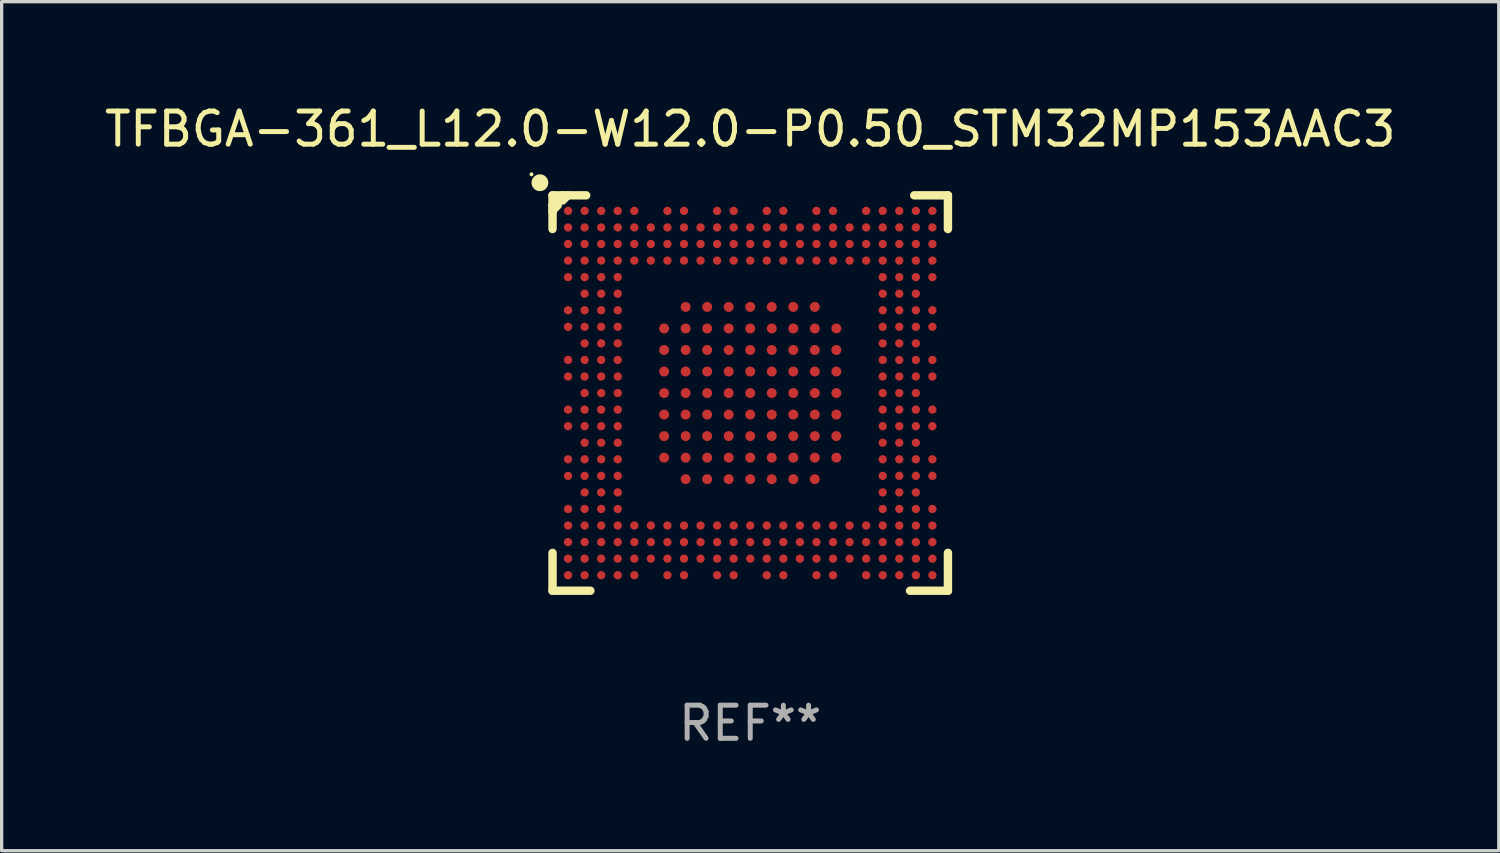
<source format=kicad_pcb>
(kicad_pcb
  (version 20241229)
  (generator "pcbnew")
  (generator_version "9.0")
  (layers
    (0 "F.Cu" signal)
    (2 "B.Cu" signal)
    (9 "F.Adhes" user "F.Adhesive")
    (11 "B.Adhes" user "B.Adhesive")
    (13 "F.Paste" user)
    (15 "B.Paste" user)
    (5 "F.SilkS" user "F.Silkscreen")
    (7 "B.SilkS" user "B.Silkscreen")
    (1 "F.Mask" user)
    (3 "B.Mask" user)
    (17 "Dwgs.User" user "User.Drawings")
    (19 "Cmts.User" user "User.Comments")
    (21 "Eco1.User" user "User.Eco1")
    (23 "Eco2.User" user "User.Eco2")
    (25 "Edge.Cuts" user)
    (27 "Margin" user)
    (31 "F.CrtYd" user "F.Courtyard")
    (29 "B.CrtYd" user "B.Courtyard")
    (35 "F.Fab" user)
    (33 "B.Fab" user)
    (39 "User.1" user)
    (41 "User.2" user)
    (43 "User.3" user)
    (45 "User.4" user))
  (footprint "TFBGA-361_L12.0-W12.0-P0.50_STM32MP153AAC3"
    (layer "F.Cu")
    (at 19.601 8.817)
    (property "Reference" "TFBGA-361_L12.0-W12.0-P0.50_STM32MP153AAC3" (at 0.000025 -7.969 0) (layer "F.SilkS") (effects (font (size 1 1) (thickness 0.15))))
    (attr smd)
    (fp_line (start -5.969 -5.969) (end -4.953 -5.969) (stroke (width 0.254) (type solid)) (layer "F.SilkS"))
    (fp_line (start -5.969 -5.668) (end -5.668 -5.969) (stroke (width 0.254) (type solid)) (layer "F.SilkS"))
    (fp_line (start -5.969 -5.643) (end -5.969 -5.668) (stroke (width 0.254) (type solid)) (layer "F.SilkS"))
    (fp_line (start -5.969 -5.51) (end -5.813 -5.667) (stroke (width 0.254) (type solid)) (layer "F.SilkS"))
    (fp_line (start -5.969 -5.473) (end -5.969 -5.51) (stroke (width 0.254) (type solid)) (layer "F.SilkS"))
    (fp_line (start -5.969 -4.953) (end -5.969 -5.969) (stroke (width 0.254) (type solid)) (layer "F.SilkS"))
    (fp_line (start -5.969 4.826) (end -5.969 5.969) (stroke (width 0.254) (type solid)) (layer "F.SilkS"))
    (fp_line (start -5.969 5.969) (end -4.826 5.969) (stroke (width 0.254) (type solid)) (layer "F.SilkS"))
    (fp_line (start -5.667 -5.813) (end -5.51 -5.969) (stroke (width 0.254) (type solid)) (layer "F.SilkS"))
    (fp_line (start 4.826 5.969) (end 5.969 5.969) (stroke (width 0.254) (type solid)) (layer "F.SilkS"))
    (fp_line (start 4.953 -5.969) (end 5.969 -5.969) (stroke (width 0.254) (type solid)) (layer "F.SilkS"))
    (fp_line (start 5.969 -5.969) (end 5.969 -4.953) (stroke (width 0.254) (type solid)) (layer "F.SilkS"))
    (fp_line (start 5.969 5.969) (end 5.969 4.826) (stroke (width 0.254) (type solid)) (layer "F.SilkS"))
    (fp_circle (center -6.604 -6.604) (end -6.574 -6.604) (stroke (width 0.06) (type solid)) (fill no) (layer "F.SilkS"))
    (fp_circle (center -6.35 -6.35) (end -6.223 -6.35) (stroke (width 0.254) (type solid)) (fill no) (layer "F.SilkS"))
    (fp_text user "REF**" (at 0.000025 9.969 0) (layer "F.Fab") (effects (font (size 1 1) (thickness 0.15))))
    (pad "1A2" smd circle (at -1.95 -2.6) (size 0.3 0.3) (layers "F.Cu" "F.Mask" "F.Paste"))
    (pad "1A3" smd circle (at -1.3 -2.6) (size 0.3 0.3) (layers "F.Cu" "F.Mask" "F.Paste"))
    (pad "1A4" smd circle (at -0.65 -2.6) (size 0.3 0.3) (layers "F.Cu" "F.Mask" "F.Paste"))
    (pad "1A5" smd circle (at 0.000127 -2.6) (size 0.3 0.3) (layers "F.Cu" "F.Mask" "F.Paste"))
    (pad "1A6" smd circle (at 0.65 -2.6) (size 0.3 0.3) (layers "F.Cu" "F.Mask" "F.Paste"))
    (pad "1A7" smd circle (at 1.3 -2.6) (size 0.3 0.3) (layers "F.Cu" "F.Mask" "F.Paste"))
    (pad "1A8" smd circle (at 1.95 -2.6) (size 0.3 0.3) (layers "F.Cu" "F.Mask" "F.Paste"))
    (pad "1B1" smd circle (at -2.6 -1.95) (size 0.3 0.3) (layers "F.Cu" "F.Mask" "F.Paste"))
    (pad "1B2" smd circle (at -1.95 -1.95) (size 0.3 0.3) (layers "F.Cu" "F.Mask" "F.Paste"))
    (pad "1B3" smd circle (at -1.3 -1.95) (size 0.3 0.3) (layers "F.Cu" "F.Mask" "F.Paste"))
    (pad "1B4" smd circle (at -0.65 -1.95) (size 0.3 0.3) (layers "F.Cu" "F.Mask" "F.Paste"))
    (pad "1B5" smd circle (at 0.000127 -1.95) (size 0.3 0.3) (layers "F.Cu" "F.Mask" "F.Paste"))
    (pad "1B6" smd circle (at 0.65 -1.95) (size 0.3 0.3) (layers "F.Cu" "F.Mask" "F.Paste"))
    (pad "1B7" smd circle (at 1.3 -1.95) (size 0.3 0.3) (layers "F.Cu" "F.Mask" "F.Paste"))
    (pad "1B8" smd circle (at 1.95 -1.95) (size 0.3 0.3) (layers "F.Cu" "F.Mask" "F.Paste"))
    (pad "1B9" smd circle (at 2.6 -1.95) (size 0.3 0.3) (layers "F.Cu" "F.Mask" "F.Paste"))
    (pad "1C1" smd circle (at -2.6 -1.3) (size 0.3 0.3) (layers "F.Cu" "F.Mask" "F.Paste"))
    (pad "1C2" smd circle (at -1.95 -1.3) (size 0.3 0.3) (layers "F.Cu" "F.Mask" "F.Paste"))
    (pad "1C3" smd circle (at -1.3 -1.3) (size 0.3 0.3) (layers "F.Cu" "F.Mask" "F.Paste"))
    (pad "1C4" smd circle (at -0.65 -1.3) (size 0.3 0.3) (layers "F.Cu" "F.Mask" "F.Paste"))
    (pad "1C5" smd circle (at 0.000127 -1.3) (size 0.3 0.3) (layers "F.Cu" "F.Mask" "F.Paste"))
    (pad "1C6" smd circle (at 0.65 -1.3) (size 0.3 0.3) (layers "F.Cu" "F.Mask" "F.Paste"))
    (pad "1C7" smd circle (at 1.3 -1.3) (size 0.3 0.3) (layers "F.Cu" "F.Mask" "F.Paste"))
    (pad "1C8" smd circle (at 1.95 -1.3) (size 0.3 0.3) (layers "F.Cu" "F.Mask" "F.Paste"))
    (pad "1C9" smd circle (at 2.6 -1.3) (size 0.3 0.3) (layers "F.Cu" "F.Mask" "F.Paste"))
    (pad "1D1" smd circle (at -2.6 -0.65) (size 0.3 0.3) (layers "F.Cu" "F.Mask" "F.Paste"))
    (pad "1D2" smd circle (at -1.95 -0.65) (size 0.3 0.3) (layers "F.Cu" "F.Mask" "F.Paste"))
    (pad "1D3" smd circle (at -1.3 -0.65) (size 0.3 0.3) (layers "F.Cu" "F.Mask" "F.Paste"))
    (pad "1D4" smd circle (at -0.65 -0.65) (size 0.3 0.3) (layers "F.Cu" "F.Mask" "F.Paste"))
    (pad "1D5" smd circle (at 0.000127 -0.65) (size 0.3 0.3) (layers "F.Cu" "F.Mask" "F.Paste"))
    (pad "1D6" smd circle (at 0.65 -0.65) (size 0.3 0.3) (layers "F.Cu" "F.Mask" "F.Paste"))
    (pad "1D7" smd circle (at 1.3 -0.65) (size 0.3 0.3) (layers "F.Cu" "F.Mask" "F.Paste"))
    (pad "1D8" smd circle (at 1.95 -0.65) (size 0.3 0.3) (layers "F.Cu" "F.Mask" "F.Paste"))
    (pad "1D9" smd circle (at 2.6 -0.65) (size 0.3 0.3) (layers "F.Cu" "F.Mask" "F.Paste"))
    (pad "1E1" smd circle (at -2.6 0.000127) (size 0.3 0.3) (layers "F.Cu" "F.Mask" "F.Paste"))
    (pad "1E2" smd circle (at -1.95 0.000127) (size 0.3 0.3) (layers "F.Cu" "F.Mask" "F.Paste"))
    (pad "1E3" smd circle (at -1.3 0.000127) (size 0.3 0.3) (layers "F.Cu" "F.Mask" "F.Paste"))
    (pad "1E4" smd circle (at -0.65 0.000127) (size 0.3 0.3) (layers "F.Cu" "F.Mask" "F.Paste"))
    (pad "1E5" smd circle (at 0.000127 0.000127) (size 0.3 0.3) (layers "F.Cu" "F.Mask" "F.Paste"))
    (pad "1E6" smd circle (at 0.65 0.000127) (size 0.3 0.3) (layers "F.Cu" "F.Mask" "F.Paste"))
    (pad "1E7" smd circle (at 1.3 0.000127) (size 0.3 0.3) (layers "F.Cu" "F.Mask" "F.Paste"))
    (pad "1E8" smd circle (at 1.95 0.000127) (size 0.3 0.3) (layers "F.Cu" "F.Mask" "F.Paste"))
    (pad "1E9" smd circle (at 2.6 0.000127) (size 0.3 0.3) (layers "F.Cu" "F.Mask" "F.Paste"))
    (pad "1F1" smd circle (at -2.6 0.65) (size 0.3 0.3) (layers "F.Cu" "F.Mask" "F.Paste"))
    (pad "1F2" smd circle (at -1.95 0.65) (size 0.3 0.3) (layers "F.Cu" "F.Mask" "F.Paste"))
    (pad "1F3" smd circle (at -1.3 0.65) (size 0.3 0.3) (layers "F.Cu" "F.Mask" "F.Paste"))
    (pad "1F4" smd circle (at -0.65 0.65) (size 0.3 0.3) (layers "F.Cu" "F.Mask" "F.Paste"))
    (pad "1F5" smd circle (at 0.000127 0.65) (size 0.3 0.3) (layers "F.Cu" "F.Mask" "F.Paste"))
    (pad "1F6" smd circle (at 0.65 0.65) (size 0.3 0.3) (layers "F.Cu" "F.Mask" "F.Paste"))
    (pad "1F7" smd circle (at 1.3 0.65) (size 0.3 0.3) (layers "F.Cu" "F.Mask" "F.Paste"))
    (pad "1F8" smd circle (at 1.95 0.65) (size 0.3 0.3) (layers "F.Cu" "F.Mask" "F.Paste"))
    (pad "1F9" smd circle (at 2.6 0.65) (size 0.3 0.3) (layers "F.Cu" "F.Mask" "F.Paste"))
    (pad "1G1" smd circle (at -2.6 1.3) (size 0.3 0.3) (layers "F.Cu" "F.Mask" "F.Paste"))
    (pad "1G2" smd circle (at -1.95 1.3) (size 0.3 0.3) (layers "F.Cu" "F.Mask" "F.Paste"))
    (pad "1G3" smd circle (at -1.3 1.3) (size 0.3 0.3) (layers "F.Cu" "F.Mask" "F.Paste"))
    (pad "1G4" smd circle (at -0.65 1.3) (size 0.3 0.3) (layers "F.Cu" "F.Mask" "F.Paste"))
    (pad "1G5" smd circle (at 0.000127 1.3) (size 0.3 0.3) (layers "F.Cu" "F.Mask" "F.Paste"))
    (pad "1G6" smd circle (at 0.65 1.3) (size 0.3 0.3) (layers "F.Cu" "F.Mask" "F.Paste"))
    (pad "1G7" smd circle (at 1.3 1.3) (size 0.3 0.3) (layers "F.Cu" "F.Mask" "F.Paste"))
    (pad "1G8" smd circle (at 1.95 1.3) (size 0.3 0.3) (layers "F.Cu" "F.Mask" "F.Paste"))
    (pad "1G9" smd circle (at 2.6 1.3) (size 0.3 0.3) (layers "F.Cu" "F.Mask" "F.Paste"))
    (pad "1H1" smd circle (at -2.6 1.95) (size 0.3 0.3) (layers "F.Cu" "F.Mask" "F.Paste"))
    (pad "1H2" smd circle (at -1.95 1.95) (size 0.3 0.3) (layers "F.Cu" "F.Mask" "F.Paste"))
    (pad "1H3" smd circle (at -1.3 1.95) (size 0.3 0.3) (layers "F.Cu" "F.Mask" "F.Paste"))
    (pad "1H4" smd circle (at -0.65 1.95) (size 0.3 0.3) (layers "F.Cu" "F.Mask" "F.Paste"))
    (pad "1H5" smd circle (at 0.000127 1.95) (size 0.3 0.3) (layers "F.Cu" "F.Mask" "F.Paste"))
    (pad "1H6" smd circle (at 0.65 1.95) (size 0.3 0.3) (layers "F.Cu" "F.Mask" "F.Paste"))
    (pad "1H7" smd circle (at 1.3 1.95) (size 0.3 0.3) (layers "F.Cu" "F.Mask" "F.Paste"))
    (pad "1H8" smd circle (at 1.95 1.95) (size 0.3 0.3) (layers "F.Cu" "F.Mask" "F.Paste"))
    (pad "1H9" smd circle (at 2.6 1.95) (size 0.3 0.3) (layers "F.Cu" "F.Mask" "F.Paste"))
    (pad "1J2" smd circle (at -1.95 2.6) (size 0.3 0.3) (layers "F.Cu" "F.Mask" "F.Paste"))
    (pad "1J3" smd circle (at -1.3 2.6) (size 0.3 0.3) (layers "F.Cu" "F.Mask" "F.Paste"))
    (pad "1J4" smd circle (at -0.65 2.6) (size 0.3 0.3) (layers "F.Cu" "F.Mask" "F.Paste"))
    (pad "1J5" smd circle (at 0.000127 2.6) (size 0.3 0.3) (layers "F.Cu" "F.Mask" "F.Paste"))
    (pad "1J6" smd circle (at 0.65 2.6) (size 0.3 0.3) (layers "F.Cu" "F.Mask" "F.Paste"))
    (pad "1J7" smd circle (at 1.3 2.6) (size 0.3 0.3) (layers "F.Cu" "F.Mask" "F.Paste"))
    (pad "1J8" smd circle (at 1.95 2.6) (size 0.3 0.3) (layers "F.Cu" "F.Mask" "F.Paste"))
    (pad "A1" smd circle (at -5.5 -5.5) (size 0.25 0.25) (layers "F.Cu" "F.Mask" "F.Paste"))
    (pad "A2" smd circle (at -5 -5.5) (size 0.25 0.25) (layers "F.Cu" "F.Mask" "F.Paste"))
    (pad "A3" smd circle (at -4.5 -5.5) (size 0.25 0.25) (layers "F.Cu" "F.Mask" "F.Paste"))
    (pad "A4" smd circle (at -4 -5.5) (size 0.25 0.25) (layers "F.Cu" "F.Mask" "F.Paste"))
    (pad "A5" smd circle (at -3.5 -5.5) (size 0.25 0.25) (layers "F.Cu" "F.Mask" "F.Paste"))
    (pad "A7" smd circle (at -2.5 -5.5) (size 0.25 0.25) (layers "F.Cu" "F.Mask" "F.Paste"))
    (pad "A8" smd circle (at -2 -5.5) (size 0.25 0.25) (layers "F.Cu" "F.Mask" "F.Paste"))
    (pad "A10" smd circle (at -1 -5.5) (size 0.25 0.25) (layers "F.Cu" "F.Mask" "F.Paste"))
    (pad "A11" smd circle (at -0.5 -5.5) (size 0.25 0.25) (layers "F.Cu" "F.Mask" "F.Paste"))
    (pad "A13" smd circle (at 0.5 -5.5) (size 0.25 0.25) (layers "F.Cu" "F.Mask" "F.Paste"))
    (pad "A14" smd circle (at 1 -5.5) (size 0.25 0.25) (layers "F.Cu" "F.Mask" "F.Paste"))
    (pad "A16" smd circle (at 2 -5.5) (size 0.25 0.25) (layers "F.Cu" "F.Mask" "F.Paste"))
    (pad "A17" smd circle (at 2.5 -5.5) (size 0.25 0.25) (layers "F.Cu" "F.Mask" "F.Paste"))
    (pad "A19" smd circle (at 3.5 -5.5) (size 0.25 0.25) (layers "F.Cu" "F.Mask" "F.Paste"))
    (pad "A20" smd circle (at 4 -5.5) (size 0.25 0.25) (layers "F.Cu" "F.Mask" "F.Paste"))
    (pad "A21" smd circle (at 4.5 -5.5) (size 0.25 0.25) (layers "F.Cu" "F.Mask" "F.Paste"))
    (pad "A22" smd circle (at 5 -5.5) (size 0.25 0.25) (layers "F.Cu" "F.Mask" "F.Paste"))
    (pad "A23" smd circle (at 5.5 -5.5) (size 0.25 0.25) (layers "F.Cu" "F.Mask" "F.Paste"))
    (pad "AA1" smd circle (at -5.5 4.5) (size 0.25 0.25) (layers "F.Cu" "F.Mask" "F.Paste"))
    (pad "AA2" smd circle (at -5 4.5) (size 0.25 0.25) (layers "F.Cu" "F.Mask" "F.Paste"))
    (pad "AA3" smd circle (at -4.5 4.5) (size 0.25 0.25) (layers "F.Cu" "F.Mask" "F.Paste"))
    (pad "AA4" smd circle (at -4 4.5) (size 0.25 0.25) (layers "F.Cu" "F.Mask" "F.Paste"))
    (pad "AA5" smd circle (at -3.5 4.5) (size 0.25 0.25) (layers "F.Cu" "F.Mask" "F.Paste"))
    (pad "AA6" smd circle (at -3 4.5) (size 0.25 0.25) (layers "F.Cu" "F.Mask" "F.Paste"))
    (pad "AA7" smd circle (at -2.5 4.5) (size 0.25 0.25) (layers "F.Cu" "F.Mask" "F.Paste"))
    (pad "AA8" smd circle (at -2 4.5) (size 0.25 0.25) (layers "F.Cu" "F.Mask" "F.Paste"))
    (pad "AA9" smd circle (at -1.5 4.5) (size 0.25 0.25) (layers "F.Cu" "F.Mask" "F.Paste"))
    (pad "AA10" smd circle (at -1 4.5) (size 0.25 0.25) (layers "F.Cu" "F.Mask" "F.Paste"))
    (pad "AA11" smd circle (at -0.5 4.5) (size 0.25 0.25) (layers "F.Cu" "F.Mask" "F.Paste"))
    (pad "AA12" smd circle (at 0.000127 4.5) (size 0.25 0.25) (layers "F.Cu" "F.Mask" "F.Paste"))
    (pad "AA13" smd circle (at 0.5 4.5) (size 0.25 0.25) (layers "F.Cu" "F.Mask" "F.Paste"))
    (pad "AA14" smd circle (at 1 4.5) (size 0.25 0.25) (layers "F.Cu" "F.Mask" "F.Paste"))
    (pad "AA15" smd circle (at 1.5 4.5) (size 0.25 0.25) (layers "F.Cu" "F.Mask" "F.Paste"))
    (pad "AA16" smd circle (at 2 4.5) (size 0.25 0.25) (layers "F.Cu" "F.Mask" "F.Paste"))
    (pad "AA17" smd circle (at 2.5 4.5) (size 0.25 0.25) (layers "F.Cu" "F.Mask" "F.Paste"))
    (pad "AA18" smd circle (at 3 4.5) (size 0.25 0.25) (layers "F.Cu" "F.Mask" "F.Paste"))
    (pad "AA19" smd circle (at 3.5 4.5) (size 0.25 0.25) (layers "F.Cu" "F.Mask" "F.Paste"))
    (pad "AA20" smd circle (at 4 4.5) (size 0.25 0.25) (layers "F.Cu" "F.Mask" "F.Paste"))
    (pad "AA21" smd circle (at 4.5 4.5) (size 0.25 0.25) (layers "F.Cu" "F.Mask" "F.Paste"))
    (pad "AA22" smd circle (at 5 4.5) (size 0.25 0.25) (layers "F.Cu" "F.Mask" "F.Paste"))
    (pad "AA23" smd circle (at 5.5 4.5) (size 0.25 0.25) (layers "F.Cu" "F.Mask" "F.Paste"))
    (pad "AB1" smd circle (at -5.5 5) (size 0.25 0.25) (layers "F.Cu" "F.Mask" "F.Paste"))
    (pad "AB2" smd circle (at -5 5) (size 0.25 0.25) (layers "F.Cu" "F.Mask" "F.Paste"))
    (pad "AB3" smd circle (at -4.5 5) (size 0.25 0.25) (layers "F.Cu" "F.Mask" "F.Paste"))
    (pad "AB4" smd circle (at -4 5) (size 0.25 0.25) (layers "F.Cu" "F.Mask" "F.Paste"))
    (pad "AB5" smd circle (at -3.5 5) (size 0.25 0.25) (layers "F.Cu" "F.Mask" "F.Paste"))
    (pad "AB6" smd circle (at -3 5) (size 0.25 0.25) (layers "F.Cu" "F.Mask" "F.Paste"))
    (pad "AB7" smd circle (at -2.5 5) (size 0.25 0.25) (layers "F.Cu" "F.Mask" "F.Paste"))
    (pad "AB8" smd circle (at -2 5) (size 0.25 0.25) (layers "F.Cu" "F.Mask" "F.Paste"))
    (pad "AB9" smd circle (at -1.5 5) (size 0.25 0.25) (layers "F.Cu" "F.Mask" "F.Paste"))
    (pad "AB10" smd circle (at -1 5) (size 0.25 0.25) (layers "F.Cu" "F.Mask" "F.Paste"))
    (pad "AB11" smd circle (at -0.5 5) (size 0.25 0.25) (layers "F.Cu" "F.Mask" "F.Paste"))
    (pad "AB12" smd circle (at 0.000127 5) (size 0.25 0.25) (layers "F.Cu" "F.Mask" "F.Paste"))
    (pad "AB13" smd circle (at 0.5 5) (size 0.25 0.25) (layers "F.Cu" "F.Mask" "F.Paste"))
    (pad "AB14" smd circle (at 1 5) (size 0.25 0.25) (layers "F.Cu" "F.Mask" "F.Paste"))
    (pad "AB15" smd circle (at 1.5 5) (size 0.25 0.25) (layers "F.Cu" "F.Mask" "F.Paste"))
    (pad "AB16" smd circle (at 2 5) (size 0.25 0.25) (layers "F.Cu" "F.Mask" "F.Paste"))
    (pad "AB17" smd circle (at 2.5 5) (size 0.25 0.25) (layers "F.Cu" "F.Mask" "F.Paste"))
    (pad "AB18" smd circle (at 3 5) (size 0.25 0.25) (layers "F.Cu" "F.Mask" "F.Paste"))
    (pad "AB19" smd circle (at 3.5 5) (size 0.25 0.25) (layers "F.Cu" "F.Mask" "F.Paste"))
    (pad "AB20" smd circle (at 4 5) (size 0.25 0.25) (layers "F.Cu" "F.Mask" "F.Paste"))
    (pad "AB21" smd circle (at 4.5 5) (size 0.25 0.25) (layers "F.Cu" "F.Mask" "F.Paste"))
    (pad "AB22" smd circle (at 5 5) (size 0.25 0.25) (layers "F.Cu" "F.Mask" "F.Paste"))
    (pad "AB23" smd circle (at 5.5 5) (size 0.25 0.25) (layers "F.Cu" "F.Mask" "F.Paste"))
    (pad "AC1" smd circle (at -5.5 5.5) (size 0.25 0.25) (layers "F.Cu" "F.Mask" "F.Paste"))
    (pad "AC2" smd circle (at -5 5.5) (size 0.25 0.25) (layers "F.Cu" "F.Mask" "F.Paste"))
    (pad "AC3" smd circle (at -4.5 5.5) (size 0.25 0.25) (layers "F.Cu" "F.Mask" "F.Paste"))
    (pad "AC4" smd circle (at -4 5.5) (size 0.25 0.25) (layers "F.Cu" "F.Mask" "F.Paste"))
    (pad "AC5" smd circle (at -3.5 5.5) (size 0.25 0.25) (layers "F.Cu" "F.Mask" "F.Paste"))
    (pad "AC7" smd circle (at -2.5 5.5) (size 0.25 0.25) (layers "F.Cu" "F.Mask" "F.Paste"))
    (pad "AC8" smd circle (at -2 5.5) (size 0.25 0.25) (layers "F.Cu" "F.Mask" "F.Paste"))
    (pad "AC10" smd circle (at -1 5.5) (size 0.25 0.25) (layers "F.Cu" "F.Mask" "F.Paste"))
    (pad "AC11" smd circle (at -0.5 5.5) (size 0.25 0.25) (layers "F.Cu" "F.Mask" "F.Paste"))
    (pad "AC13" smd circle (at 0.5 5.5) (size 0.25 0.25) (layers "F.Cu" "F.Mask" "F.Paste"))
    (pad "AC14" smd circle (at 1 5.5) (size 0.25 0.25) (layers "F.Cu" "F.Mask" "F.Paste"))
    (pad "AC16" smd circle (at 2 5.5) (size 0.25 0.25) (layers "F.Cu" "F.Mask" "F.Paste"))
    (pad "AC17" smd circle (at 2.5 5.5) (size 0.25 0.25) (layers "F.Cu" "F.Mask" "F.Paste"))
    (pad "AC19" smd circle (at 3.5 5.5) (size 0.25 0.25) (layers "F.Cu" "F.Mask" "F.Paste"))
    (pad "AC20" smd circle (at 4 5.5) (size 0.25 0.25) (layers "F.Cu" "F.Mask" "F.Paste"))
    (pad "AC21" smd circle (at 4.5 5.5) (size 0.25 0.25) (layers "F.Cu" "F.Mask" "F.Paste"))
    (pad "AC22" smd circle (at 5 5.5) (size 0.25 0.25) (layers "F.Cu" "F.Mask" "F.Paste"))
    (pad "AC23" smd circle (at 5.5 5.5) (size 0.25 0.25) (layers "F.Cu" "F.Mask" "F.Paste"))
    (pad "B1" smd circle (at -5.5 -5) (size 0.25 0.25) (layers "F.Cu" "F.Mask" "F.Paste"))
    (pad "B2" smd circle (at -5 -5) (size 0.25 0.25) (layers "F.Cu" "F.Mask" "F.Paste"))
    (pad "B3" smd circle (at -4.5 -5) (size 0.25 0.25) (layers "F.Cu" "F.Mask" "F.Paste"))
    (pad "B4" smd circle (at -4 -5) (size 0.25 0.25) (layers "F.Cu" "F.Mask" "F.Paste"))
    (pad "B5" smd circle (at -3.5 -5) (size 0.25 0.25) (layers "F.Cu" "F.Mask" "F.Paste"))
    (pad "B6" smd circle (at -3 -5) (size 0.25 0.25) (layers "F.Cu" "F.Mask" "F.Paste"))
    (pad "B7" smd circle (at -2.5 -5) (size 0.25 0.25) (layers "F.Cu" "F.Mask" "F.Paste"))
    (pad "B8" smd circle (at -2 -5) (size 0.25 0.25) (layers "F.Cu" "F.Mask" "F.Paste"))
    (pad "B9" smd circle (at -1.5 -5) (size 0.25 0.25) (layers "F.Cu" "F.Mask" "F.Paste"))
    (pad "B10" smd circle (at -1 -5) (size 0.25 0.25) (layers "F.Cu" "F.Mask" "F.Paste"))
    (pad "B11" smd circle (at -0.5 -5) (size 0.25 0.25) (layers "F.Cu" "F.Mask" "F.Paste"))
    (pad "B12" smd circle (at 0.000127 -5) (size 0.25 0.25) (layers "F.Cu" "F.Mask" "F.Paste"))
    (pad "B13" smd circle (at 0.5 -5) (size 0.25 0.25) (layers "F.Cu" "F.Mask" "F.Paste"))
    (pad "B14" smd circle (at 1 -5) (size 0.25 0.25) (layers "F.Cu" "F.Mask" "F.Paste"))
    (pad "B15" smd circle (at 1.5 -5) (size 0.25 0.25) (layers "F.Cu" "F.Mask" "F.Paste"))
    (pad "B16" smd circle (at 2 -5) (size 0.25 0.25) (layers "F.Cu" "F.Mask" "F.Paste"))
    (pad "B17" smd circle (at 2.5 -5) (size 0.25 0.25) (layers "F.Cu" "F.Mask" "F.Paste"))
    (pad "B18" smd circle (at 3 -5) (size 0.25 0.25) (layers "F.Cu" "F.Mask" "F.Paste"))
    (pad "B19" smd circle (at 3.5 -5) (size 0.25 0.25) (layers "F.Cu" "F.Mask" "F.Paste"))
    (pad "B20" smd circle (at 4 -5) (size 0.25 0.25) (layers "F.Cu" "F.Mask" "F.Paste"))
    (pad "B21" smd circle (at 4.5 -5) (size 0.25 0.25) (layers "F.Cu" "F.Mask" "F.Paste"))
    (pad "B22" smd circle (at 5 -5) (size 0.25 0.25) (layers "F.Cu" "F.Mask" "F.Paste"))
    (pad "B23" smd circle (at 5.5 -5) (size 0.25 0.25) (layers "F.Cu" "F.Mask" "F.Paste"))
    (pad "C1" smd circle (at -5.5 -4.5) (size 0.25 0.25) (layers "F.Cu" "F.Mask" "F.Paste"))
    (pad "C2" smd circle (at -5 -4.5) (size 0.25 0.25) (layers "F.Cu" "F.Mask" "F.Paste"))
    (pad "C3" smd circle (at -4.5 -4.5) (size 0.25 0.25) (layers "F.Cu" "F.Mask" "F.Paste"))
    (pad "C4" smd circle (at -4 -4.5) (size 0.25 0.25) (layers "F.Cu" "F.Mask" "F.Paste"))
    (pad "C5" smd circle (at -3.5 -4.5) (size 0.25 0.25) (layers "F.Cu" "F.Mask" "F.Paste"))
    (pad "C6" smd circle (at -3 -4.5) (size 0.25 0.25) (layers "F.Cu" "F.Mask" "F.Paste"))
    (pad "C7" smd circle (at -2.5 -4.5) (size 0.25 0.25) (layers "F.Cu" "F.Mask" "F.Paste"))
    (pad "C8" smd circle (at -2 -4.5) (size 0.25 0.25) (layers "F.Cu" "F.Mask" "F.Paste"))
    (pad "C9" smd circle (at -1.5 -4.5) (size 0.25 0.25) (layers "F.Cu" "F.Mask" "F.Paste"))
    (pad "C10" smd circle (at -1 -4.5) (size 0.25 0.25) (layers "F.Cu" "F.Mask" "F.Paste"))
    (pad "C11" smd circle (at -0.5 -4.5) (size 0.25 0.25) (layers "F.Cu" "F.Mask" "F.Paste"))
    (pad "C12" smd circle (at 0.000127 -4.5) (size 0.25 0.25) (layers "F.Cu" "F.Mask" "F.Paste"))
    (pad "C13" smd circle (at 0.5 -4.5) (size 0.25 0.25) (layers "F.Cu" "F.Mask" "F.Paste"))
    (pad "C14" smd circle (at 1 -4.5) (size 0.25 0.25) (layers "F.Cu" "F.Mask" "F.Paste"))
    (pad "C15" smd circle (at 1.5 -4.5) (size 0.25 0.25) (layers "F.Cu" "F.Mask" "F.Paste"))
    (pad "C16" smd circle (at 2 -4.5) (size 0.25 0.25) (layers "F.Cu" "F.Mask" "F.Paste"))
    (pad "C17" smd circle (at 2.5 -4.5) (size 0.25 0.25) (layers "F.Cu" "F.Mask" "F.Paste"))
    (pad "C18" smd circle (at 3 -4.5) (size 0.25 0.25) (layers "F.Cu" "F.Mask" "F.Paste"))
    (pad "C19" smd circle (at 3.5 -4.5) (size 0.25 0.25) (layers "F.Cu" "F.Mask" "F.Paste"))
    (pad "C20" smd circle (at 4 -4.5) (size 0.25 0.25) (layers "F.Cu" "F.Mask" "F.Paste"))
    (pad "C21" smd circle (at 4.5 -4.5) (size 0.25 0.25) (layers "F.Cu" "F.Mask" "F.Paste"))
    (pad "C22" smd circle (at 5 -4.5) (size 0.25 0.25) (layers "F.Cu" "F.Mask" "F.Paste"))
    (pad "C23" smd circle (at 5.5 -4.5) (size 0.25 0.25) (layers "F.Cu" "F.Mask" "F.Paste"))
    (pad "D1" smd circle (at -5.5 -4) (size 0.25 0.25) (layers "F.Cu" "F.Mask" "F.Paste"))
    (pad "D2" smd circle (at -5 -4) (size 0.25 0.25) (layers "F.Cu" "F.Mask" "F.Paste"))
    (pad "D3" smd circle (at -4.5 -4) (size 0.25 0.25) (layers "F.Cu" "F.Mask" "F.Paste"))
    (pad "D4" smd circle (at -4 -4) (size 0.25 0.25) (layers "F.Cu" "F.Mask" "F.Paste"))
    (pad "D5" smd circle (at -3.5 -4) (size 0.25 0.25) (layers "F.Cu" "F.Mask" "F.Paste"))
    (pad "D6" smd circle (at -3 -4) (size 0.25 0.25) (layers "F.Cu" "F.Mask" "F.Paste"))
    (pad "D7" smd circle (at -2.5 -4) (size 0.25 0.25) (layers "F.Cu" "F.Mask" "F.Paste"))
    (pad "D8" smd circle (at -2 -4) (size 0.25 0.25) (layers "F.Cu" "F.Mask" "F.Paste"))
    (pad "D9" smd circle (at -1.5 -4) (size 0.25 0.25) (layers "F.Cu" "F.Mask" "F.Paste"))
    (pad "D10" smd circle (at -1 -4) (size 0.25 0.25) (layers "F.Cu" "F.Mask" "F.Paste"))
    (pad "D11" smd circle (at -0.5 -4) (size 0.25 0.25) (layers "F.Cu" "F.Mask" "F.Paste"))
    (pad "D12" smd circle (at 0.000127 -4) (size 0.25 0.25) (layers "F.Cu" "F.Mask" "F.Paste"))
    (pad "D13" smd circle (at 0.5 -4) (size 0.25 0.25) (layers "F.Cu" "F.Mask" "F.Paste"))
    (pad "D14" smd circle (at 1 -4) (size 0.25 0.25) (layers "F.Cu" "F.Mask" "F.Paste"))
    (pad "D15" smd circle (at 1.5 -4) (size 0.25 0.25) (layers "F.Cu" "F.Mask" "F.Paste"))
    (pad "D16" smd circle (at 2 -4) (size 0.25 0.25) (layers "F.Cu" "F.Mask" "F.Paste"))
    (pad "D17" smd circle (at 2.5 -4) (size 0.25 0.25) (layers "F.Cu" "F.Mask" "F.Paste"))
    (pad "D18" smd circle (at 3 -4) (size 0.25 0.25) (layers "F.Cu" "F.Mask" "F.Paste"))
    (pad "D19" smd circle (at 3.5 -4) (size 0.25 0.25) (layers "F.Cu" "F.Mask" "F.Paste"))
    (pad "D20" smd circle (at 4 -4) (size 0.25 0.25) (layers "F.Cu" "F.Mask" "F.Paste"))
    (pad "D21" smd circle (at 4.5 -4) (size 0.25 0.25) (layers "F.Cu" "F.Mask" "F.Paste"))
    (pad "D22" smd circle (at 5 -4) (size 0.25 0.25) (layers "F.Cu" "F.Mask" "F.Paste"))
    (pad "D23" smd circle (at 5.5 -4) (size 0.25 0.25) (layers "F.Cu" "F.Mask" "F.Paste"))
    (pad "E1" smd circle (at -5.5 -3.5) (size 0.25 0.25) (layers "F.Cu" "F.Mask" "F.Paste"))
    (pad "E2" smd circle (at -5 -3.5) (size 0.25 0.25) (layers "F.Cu" "F.Mask" "F.Paste"))
    (pad "E3" smd circle (at -4.5 -3.5) (size 0.25 0.25) (layers "F.Cu" "F.Mask" "F.Paste"))
    (pad "E4" smd circle (at -4 -3.5) (size 0.25 0.25) (layers "F.Cu" "F.Mask" "F.Paste"))
    (pad "E20" smd circle (at 4 -3.5) (size 0.25 0.25) (layers "F.Cu" "F.Mask" "F.Paste"))
    (pad "E21" smd circle (at 4.5 -3.5) (size 0.25 0.25) (layers "F.Cu" "F.Mask" "F.Paste"))
    (pad "E22" smd circle (at 5 -3.5) (size 0.25 0.25) (layers "F.Cu" "F.Mask" "F.Paste"))
    (pad "E23" smd circle (at 5.5 -3.5) (size 0.25 0.25) (layers "F.Cu" "F.Mask" "F.Paste"))
    (pad "F2" smd circle (at -5 -3) (size 0.25 0.25) (layers "F.Cu" "F.Mask" "F.Paste"))
    (pad "F3" smd circle (at -4.5 -3) (size 0.25 0.25) (layers "F.Cu" "F.Mask" "F.Paste"))
    (pad "F4" smd circle (at -4 -3) (size 0.25 0.25) (layers "F.Cu" "F.Mask" "F.Paste"))
    (pad "F20" smd circle (at 4 -3) (size 0.25 0.25) (layers "F.Cu" "F.Mask" "F.Paste"))
    (pad "F21" smd circle (at 4.5 -3) (size 0.25 0.25) (layers "F.Cu" "F.Mask" "F.Paste"))
    (pad "F22" smd circle (at 5 -3) (size 0.25 0.25) (layers "F.Cu" "F.Mask" "F.Paste"))
    (pad "G1" smd circle (at -5.5 -2.5) (size 0.25 0.25) (layers "F.Cu" "F.Mask" "F.Paste"))
    (pad "G2" smd circle (at -5 -2.5) (size 0.25 0.25) (layers "F.Cu" "F.Mask" "F.Paste"))
    (pad "G3" smd circle (at -4.5 -2.5) (size 0.25 0.25) (layers "F.Cu" "F.Mask" "F.Paste"))
    (pad "G4" smd circle (at -4 -2.5) (size 0.25 0.25) (layers "F.Cu" "F.Mask" "F.Paste"))
    (pad "G20" smd circle (at 4 -2.5) (size 0.25 0.25) (layers "F.Cu" "F.Mask" "F.Paste"))
    (pad "G21" smd circle (at 4.5 -2.5) (size 0.25 0.25) (layers "F.Cu" "F.Mask" "F.Paste"))
    (pad "G22" smd circle (at 5 -2.5) (size 0.25 0.25) (layers "F.Cu" "F.Mask" "F.Paste"))
    (pad "G23" smd circle (at 5.5 -2.5) (size 0.25 0.25) (layers "F.Cu" "F.Mask" "F.Paste"))
    (pad "H1" smd circle (at -5.5 -2) (size 0.25 0.25) (layers "F.Cu" "F.Mask" "F.Paste"))
    (pad "H2" smd circle (at -5 -2) (size 0.25 0.25) (layers "F.Cu" "F.Mask" "F.Paste"))
    (pad "H3" smd circle (at -4.5 -2) (size 0.25 0.25) (layers "F.Cu" "F.Mask" "F.Paste"))
    (pad "H4" smd circle (at -4 -2) (size 0.25 0.25) (layers "F.Cu" "F.Mask" "F.Paste"))
    (pad "H20" smd circle (at 4 -2) (size 0.25 0.25) (layers "F.Cu" "F.Mask" "F.Paste"))
    (pad "H21" smd circle (at 4.5 -2) (size 0.25 0.25) (layers "F.Cu" "F.Mask" "F.Paste"))
    (pad "H22" smd circle (at 5 -2) (size 0.25 0.25) (layers "F.Cu" "F.Mask" "F.Paste"))
    (pad "H23" smd circle (at 5.5 -2) (size 0.25 0.25) (layers "F.Cu" "F.Mask" "F.Paste"))
    (pad "J2" smd circle (at -5 -1.5) (size 0.25 0.25) (layers "F.Cu" "F.Mask" "F.Paste"))
    (pad "J3" smd circle (at -4.5 -1.5) (size 0.25 0.25) (layers "F.Cu" "F.Mask" "F.Paste"))
    (pad "J4" smd circle (at -4 -1.5) (size 0.25 0.25) (layers "F.Cu" "F.Mask" "F.Paste"))
    (pad "J20" smd circle (at 4 -1.5) (size 0.25 0.25) (layers "F.Cu" "F.Mask" "F.Paste"))
    (pad "J21" smd circle (at 4.5 -1.5) (size 0.25 0.25) (layers "F.Cu" "F.Mask" "F.Paste"))
    (pad "J22" smd circle (at 5 -1.5) (size 0.25 0.25) (layers "F.Cu" "F.Mask" "F.Paste"))
    (pad "K1" smd circle (at -5.5 -1) (size 0.25 0.25) (layers "F.Cu" "F.Mask" "F.Paste"))
    (pad "K2" smd circle (at -5 -1) (size 0.25 0.25) (layers "F.Cu" "F.Mask" "F.Paste"))
    (pad "K3" smd circle (at -4.5 -1) (size 0.25 0.25) (layers "F.Cu" "F.Mask" "F.Paste"))
    (pad "K4" smd circle (at -4 -1) (size 0.25 0.25) (layers "F.Cu" "F.Mask" "F.Paste"))
    (pad "K20" smd circle (at 4 -1) (size 0.25 0.25) (layers "F.Cu" "F.Mask" "F.Paste"))
    (pad "K21" smd circle (at 4.5 -1) (size 0.25 0.25) (layers "F.Cu" "F.Mask" "F.Paste"))
    (pad "K22" smd circle (at 5 -1) (size 0.25 0.25) (layers "F.Cu" "F.Mask" "F.Paste"))
    (pad "K23" smd circle (at 5.5 -1) (size 0.25 0.25) (layers "F.Cu" "F.Mask" "F.Paste"))
    (pad "L1" smd circle (at -5.5 -0.5) (size 0.25 0.25) (layers "F.Cu" "F.Mask" "F.Paste"))
    (pad "L2" smd circle (at -5 -0.5) (size 0.25 0.25) (layers "F.Cu" "F.Mask" "F.Paste"))
    (pad "L3" smd circle (at -4.5 -0.5) (size 0.25 0.25) (layers "F.Cu" "F.Mask" "F.Paste"))
    (pad "L4" smd circle (at -4 -0.5) (size 0.25 0.25) (layers "F.Cu" "F.Mask" "F.Paste"))
    (pad "L20" smd circle (at 4 -0.5) (size 0.25 0.25) (layers "F.Cu" "F.Mask" "F.Paste"))
    (pad "L21" smd circle (at 4.5 -0.5) (size 0.25 0.25) (layers "F.Cu" "F.Mask" "F.Paste"))
    (pad "L22" smd circle (at 5 -0.5) (size 0.25 0.25) (layers "F.Cu" "F.Mask" "F.Paste"))
    (pad "L23" smd circle (at 5.5 -0.5) (size 0.25 0.25) (layers "F.Cu" "F.Mask" "F.Paste"))
    (pad "M2" smd circle (at -5 0.000127) (size 0.25 0.25) (layers "F.Cu" "F.Mask" "F.Paste"))
    (pad "M3" smd circle (at -4.5 0.000127) (size 0.25 0.25) (layers "F.Cu" "F.Mask" "F.Paste"))
    (pad "M4" smd circle (at -4 0.000127) (size 0.25 0.25) (layers "F.Cu" "F.Mask" "F.Paste"))
    (pad "M20" smd circle (at 4 0.000127) (size 0.25 0.25) (layers "F.Cu" "F.Mask" "F.Paste"))
    (pad "M21" smd circle (at 4.5 0.000127) (size 0.25 0.25) (layers "F.Cu" "F.Mask" "F.Paste"))
    (pad "M22" smd circle (at 5 0.000127) (size 0.25 0.25) (layers "F.Cu" "F.Mask" "F.Paste"))
    (pad "N1" smd circle (at -5.5 0.5) (size 0.25 0.25) (layers "F.Cu" "F.Mask" "F.Paste"))
    (pad "N2" smd circle (at -5 0.5) (size 0.25 0.25) (layers "F.Cu" "F.Mask" "F.Paste"))
    (pad "N3" smd circle (at -4.5 0.5) (size 0.25 0.25) (layers "F.Cu" "F.Mask" "F.Paste"))
    (pad "N4" smd circle (at -4 0.5) (size 0.25 0.25) (layers "F.Cu" "F.Mask" "F.Paste"))
    (pad "N20" smd circle (at 4 0.5) (size 0.25 0.25) (layers "F.Cu" "F.Mask" "F.Paste"))
    (pad "N21" smd circle (at 4.5 0.5) (size 0.25 0.25) (layers "F.Cu" "F.Mask" "F.Paste"))
    (pad "N22" smd circle (at 5 0.5) (size 0.25 0.25) (layers "F.Cu" "F.Mask" "F.Paste"))
    (pad "N23" smd circle (at 5.5 0.5) (size 0.25 0.25) (layers "F.Cu" "F.Mask" "F.Paste"))
    (pad "P1" smd circle (at -5.5 1) (size 0.25 0.25) (layers "F.Cu" "F.Mask" "F.Paste"))
    (pad "P2" smd circle (at -5 1) (size 0.25 0.25) (layers "F.Cu" "F.Mask" "F.Paste"))
    (pad "P3" smd circle (at -4.5 1) (size 0.25 0.25) (layers "F.Cu" "F.Mask" "F.Paste"))
    (pad "P4" smd circle (at -4 1) (size 0.25 0.25) (layers "F.Cu" "F.Mask" "F.Paste"))
    (pad "P20" smd circle (at 4 1) (size 0.25 0.25) (layers "F.Cu" "F.Mask" "F.Paste"))
    (pad "P21" smd circle (at 4.5 1) (size 0.25 0.25) (layers "F.Cu" "F.Mask" "F.Paste"))
    (pad "P22" smd circle (at 5 1) (size 0.25 0.25) (layers "F.Cu" "F.Mask" "F.Paste"))
    (pad "P23" smd circle (at 5.5 1) (size 0.25 0.25) (layers "F.Cu" "F.Mask" "F.Paste"))
    (pad "R2" smd circle (at -5 1.5) (size 0.25 0.25) (layers "F.Cu" "F.Mask" "F.Paste"))
    (pad "R3" smd circle (at -4.5 1.5) (size 0.25 0.25) (layers "F.Cu" "F.Mask" "F.Paste"))
    (pad "R4" smd circle (at -4 1.5) (size 0.25 0.25) (layers "F.Cu" "F.Mask" "F.Paste"))
    (pad "R20" smd circle (at 4 1.5) (size 0.25 0.25) (layers "F.Cu" "F.Mask" "F.Paste"))
    (pad "R21" smd circle (at 4.5 1.5) (size 0.25 0.25) (layers "F.Cu" "F.Mask" "F.Paste"))
    (pad "R22" smd circle (at 5 1.5) (size 0.25 0.25) (layers "F.Cu" "F.Mask" "F.Paste"))
    (pad "T1" smd circle (at -5.5 2) (size 0.25 0.25) (layers "F.Cu" "F.Mask" "F.Paste"))
    (pad "T2" smd circle (at -5 2) (size 0.25 0.25) (layers "F.Cu" "F.Mask" "F.Paste"))
    (pad "T3" smd circle (at -4.5 2) (size 0.25 0.25) (layers "F.Cu" "F.Mask" "F.Paste"))
    (pad "T4" smd circle (at -4 2) (size 0.25 0.25) (layers "F.Cu" "F.Mask" "F.Paste"))
    (pad "T20" smd circle (at 4 2) (size 0.25 0.25) (layers "F.Cu" "F.Mask" "F.Paste"))
    (pad "T21" smd circle (at 4.5 2) (size 0.25 0.25) (layers "F.Cu" "F.Mask" "F.Paste"))
    (pad "T22" smd circle (at 5 2) (size 0.25 0.25) (layers "F.Cu" "F.Mask" "F.Paste"))
    (pad "T23" smd circle (at 5.5 2) (size 0.25 0.25) (layers "F.Cu" "F.Mask" "F.Paste"))
    (pad "U1" smd circle (at -5.5 2.5) (size 0.25 0.25) (layers "F.Cu" "F.Mask" "F.Paste"))
    (pad "U2" smd circle (at -5 2.5) (size 0.25 0.25) (layers "F.Cu" "F.Mask" "F.Paste"))
    (pad "U3" smd circle (at -4.5 2.5) (size 0.25 0.25) (layers "F.Cu" "F.Mask" "F.Paste"))
    (pad "U4" smd circle (at -4 2.5) (size 0.25 0.25) (layers "F.Cu" "F.Mask" "F.Paste"))
    (pad "U20" smd circle (at 4 2.5) (size 0.25 0.25) (layers "F.Cu" "F.Mask" "F.Paste"))
    (pad "U21" smd circle (at 4.5 2.5) (size 0.25 0.25) (layers "F.Cu" "F.Mask" "F.Paste"))
    (pad "U22" smd circle (at 5 2.5) (size 0.25 0.25) (layers "F.Cu" "F.Mask" "F.Paste"))
    (pad "U23" smd circle (at 5.5 2.5) (size 0.25 0.25) (layers "F.Cu" "F.Mask" "F.Paste"))
    (pad "V2" smd circle (at -5 3) (size 0.25 0.25) (layers "F.Cu" "F.Mask" "F.Paste"))
    (pad "V3" smd circle (at -4.5 3) (size 0.25 0.25) (layers "F.Cu" "F.Mask" "F.Paste"))
    (pad "V4" smd circle (at -4 3) (size 0.25 0.25) (layers "F.Cu" "F.Mask" "F.Paste"))
    (pad "V20" smd circle (at 4 3) (size 0.25 0.25) (layers "F.Cu" "F.Mask" "F.Paste"))
    (pad "V21" smd circle (at 4.5 3) (size 0.25 0.25) (layers "F.Cu" "F.Mask" "F.Paste"))
    (pad "V22" smd circle (at 5 3) (size 0.25 0.25) (layers "F.Cu" "F.Mask" "F.Paste"))
    (pad "W1" smd circle (at -5.5 3.5) (size 0.25 0.25) (layers "F.Cu" "F.Mask" "F.Paste"))
    (pad "W2" smd circle (at -5 3.5) (size 0.25 0.25) (layers "F.Cu" "F.Mask" "F.Paste"))
    (pad "W3" smd circle (at -4.5 3.5) (size 0.25 0.25) (layers "F.Cu" "F.Mask" "F.Paste"))
    (pad "W4" smd circle (at -4 3.5) (size 0.25 0.25) (layers "F.Cu" "F.Mask" "F.Paste"))
    (pad "W20" smd circle (at 4 3.5) (size 0.25 0.25) (layers "F.Cu" "F.Mask" "F.Paste"))
    (pad "W21" smd circle (at 4.5 3.5) (size 0.25 0.25) (layers "F.Cu" "F.Mask" "F.Paste"))
    (pad "W22" smd circle (at 5 3.5) (size 0.25 0.25) (layers "F.Cu" "F.Mask" "F.Paste"))
    (pad "W23" smd circle (at 5.5 3.5) (size 0.25 0.25) (layers "F.Cu" "F.Mask" "F.Paste"))
    (pad "Y1" smd circle (at -5.5 4) (size 0.25 0.25) (layers "F.Cu" "F.Mask" "F.Paste"))
    (pad "Y2" smd circle (at -5 4) (size 0.25 0.25) (layers "F.Cu" "F.Mask" "F.Paste"))
    (pad "Y3" smd circle (at -4.5 4) (size 0.25 0.25) (layers "F.Cu" "F.Mask" "F.Paste"))
    (pad "Y4" smd circle (at -4 4) (size 0.25 0.25) (layers "F.Cu" "F.Mask" "F.Paste"))
    (pad "Y5" smd circle (at -3.5 4) (size 0.25 0.25) (layers "F.Cu" "F.Mask" "F.Paste"))
    (pad "Y6" smd circle (at -3 4) (size 0.25 0.25) (layers "F.Cu" "F.Mask" "F.Paste"))
    (pad "Y7" smd circle (at -2.5 4) (size 0.25 0.25) (layers "F.Cu" "F.Mask" "F.Paste"))
    (pad "Y8" smd circle (at -2 4) (size 0.25 0.25) (layers "F.Cu" "F.Mask" "F.Paste"))
    (pad "Y9" smd circle (at -1.5 4) (size 0.25 0.25) (layers "F.Cu" "F.Mask" "F.Paste"))
    (pad "Y10" smd circle (at -1 4) (size 0.25 0.25) (layers "F.Cu" "F.Mask" "F.Paste"))
    (pad "Y11" smd circle (at -0.5 4) (size 0.25 0.25) (layers "F.Cu" "F.Mask" "F.Paste"))
    (pad "Y12" smd circle (at 0.000127 4) (size 0.25 0.25) (layers "F.Cu" "F.Mask" "F.Paste"))
    (pad "Y13" smd circle (at 0.5 4) (size 0.25 0.25) (layers "F.Cu" "F.Mask" "F.Paste"))
    (pad "Y14" smd circle (at 1 4) (size 0.25 0.25) (layers "F.Cu" "F.Mask" "F.Paste"))
    (pad "Y15" smd circle (at 1.5 4) (size 0.25 0.25) (layers "F.Cu" "F.Mask" "F.Paste"))
    (pad "Y16" smd circle (at 2 4) (size 0.25 0.25) (layers "F.Cu" "F.Mask" "F.Paste"))
    (pad "Y17" smd circle (at 2.5 4) (size 0.25 0.25) (layers "F.Cu" "F.Mask" "F.Paste"))
    (pad "Y18" smd circle (at 3 4) (size 0.25 0.25) (layers "F.Cu" "F.Mask" "F.Paste"))
    (pad "Y19" smd circle (at 3.5 4) (size 0.25 0.25) (layers "F.Cu" "F.Mask" "F.Paste"))
    (pad "Y20" smd circle (at 4 4) (size 0.25 0.25) (layers "F.Cu" "F.Mask" "F.Paste"))
    (pad "Y21" smd circle (at 4.5 4) (size 0.25 0.25) (layers "F.Cu" "F.Mask" "F.Paste"))
    (pad "Y22" smd circle (at 5 4) (size 0.25 0.25) (layers "F.Cu" "F.Mask" "F.Paste"))
    (pad "Y23" smd circle (at 5.5 4) (size 0.25 0.25) (layers "F.Cu" "F.Mask" "F.Paste")))
  (gr_rect
    (start -3 -3)
    (end 42.202 22.635)
    (stroke (width 0.1) (type default))
    (fill no)
    (layer "Edge.Cuts")))
</source>
